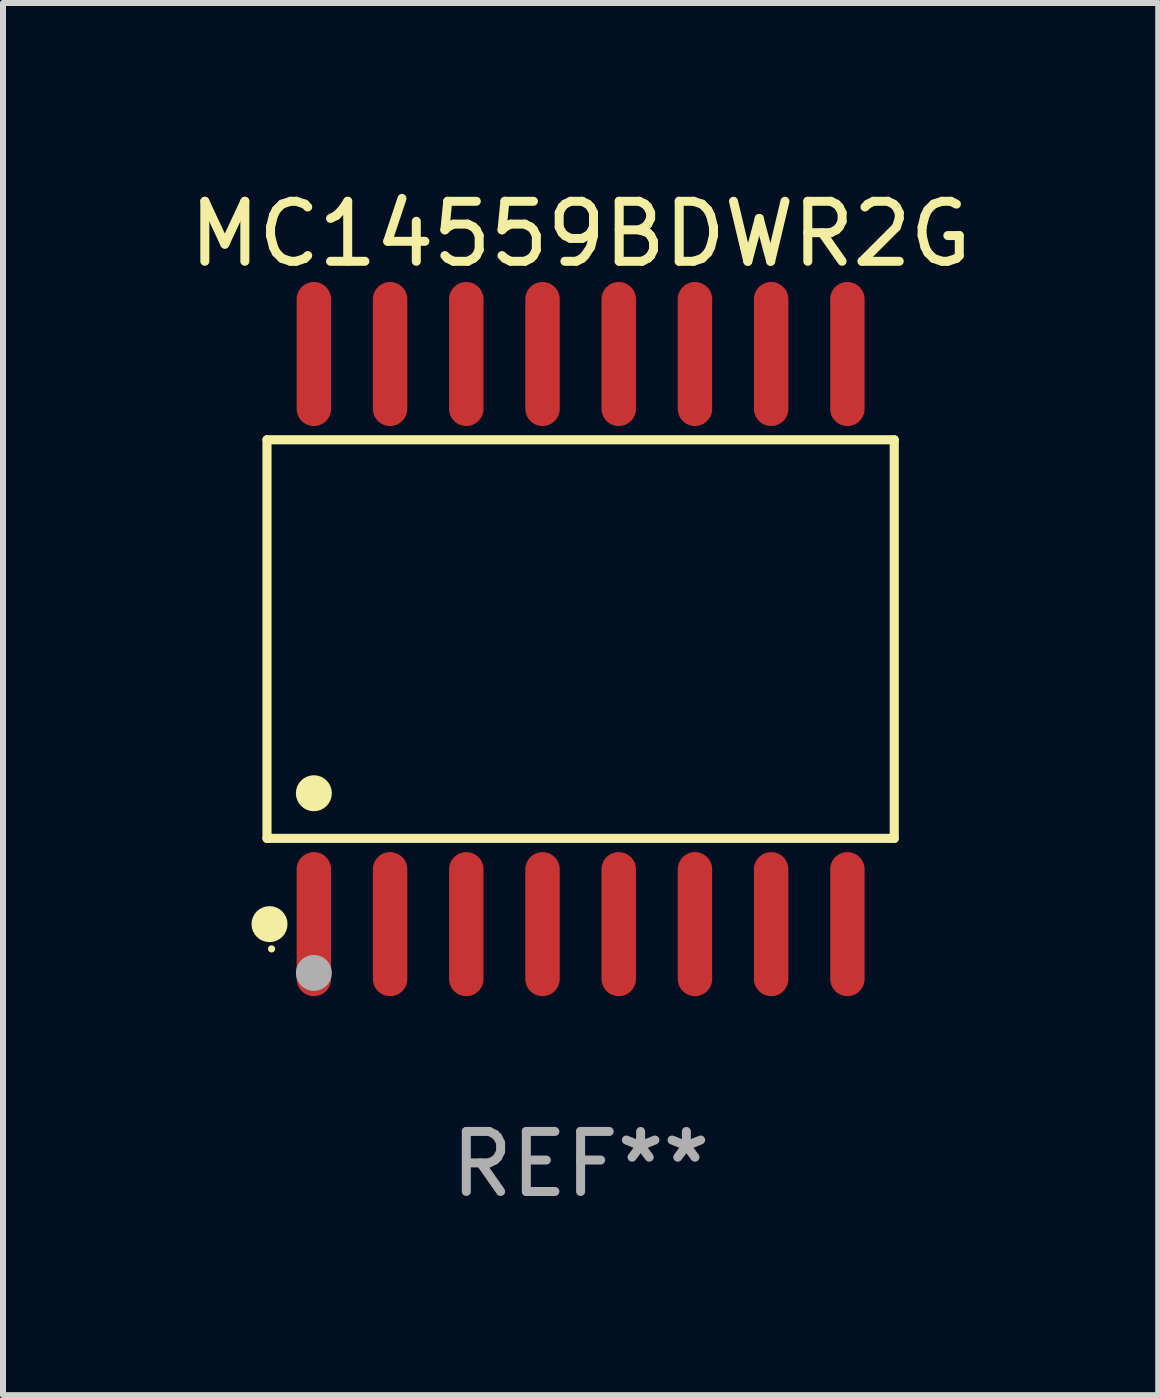
<source format=kicad_pcb>
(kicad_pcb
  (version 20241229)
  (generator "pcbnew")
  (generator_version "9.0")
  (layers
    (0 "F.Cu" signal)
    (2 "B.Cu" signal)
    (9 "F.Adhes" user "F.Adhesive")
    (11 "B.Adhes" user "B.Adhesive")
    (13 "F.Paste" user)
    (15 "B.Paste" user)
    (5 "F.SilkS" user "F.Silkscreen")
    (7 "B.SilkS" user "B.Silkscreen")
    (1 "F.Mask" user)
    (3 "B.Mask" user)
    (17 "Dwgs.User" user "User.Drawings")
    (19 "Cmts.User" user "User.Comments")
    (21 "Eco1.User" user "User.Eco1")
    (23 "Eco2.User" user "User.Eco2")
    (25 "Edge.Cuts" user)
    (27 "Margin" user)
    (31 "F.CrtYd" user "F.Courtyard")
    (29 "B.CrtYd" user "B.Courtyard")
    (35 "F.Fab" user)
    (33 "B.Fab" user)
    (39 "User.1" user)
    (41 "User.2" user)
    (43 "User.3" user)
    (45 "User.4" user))
  (footprint "MC14559BDWR2G"
    (layer "F.Cu")
    (at 6.625 7.599)
    (property "Reference" "MC14559BDWR2G" (at 0 -6.75 0) (layer "F.SilkS") (effects (font (size 1 1) (thickness 0.15))))
    (attr through_hole)
    (fp_line (start -5.226 -3.321) (end 5.226 -3.321) (stroke (width 0.152) (type solid)) (layer "F.SilkS"))
    (fp_line (start -5.226 3.321) (end -5.226 -3.321) (stroke (width 0.152) (type solid)) (layer "F.SilkS"))
    (fp_line (start 5.226 -3.321) (end 5.226 3.321) (stroke (width 0.152) (type solid)) (layer "F.SilkS"))
    (fp_line (start 5.226 3.321) (end -5.226 3.321) (stroke (width 0.152) (type solid)) (layer "F.SilkS"))
    (fp_circle (center -5.184 4.75) (end -5.034 4.75) (stroke (width 0.3) (type solid)) (fill no) (layer "F.SilkS"))
    (fp_circle (center -5.15 5.163) (end -5.12 5.163) (stroke (width 0.06) (type solid)) (fill no) (layer "F.SilkS"))
    (fp_circle (center -4.445 2.569) (end -4.295 2.569) (stroke (width 0.3) (type solid)) (fill no) (layer "F.SilkS"))
    (fp_circle (center -4.445 5.563) (end -4.295 5.563) (stroke (width 0.3) (type solid)) (fill no) (layer "F.Fab"))
    (fp_text user "REF**" (at 0 8.75 0) (layer "F.Fab") (effects (font (size 1 1) (thickness 0.15))))
    (pad "1" smd oval (at -4.445 4.75) (size 0.574 2.401) (layers "F.Cu" "F.Mask" "F.Paste"))
    (pad "2" smd oval (at -3.175 4.75) (size 0.574 2.401) (layers "F.Cu" "F.Mask" "F.Paste"))
    (pad "3" smd oval (at -1.905 4.75) (size 0.574 2.401) (layers "F.Cu" "F.Mask" "F.Paste"))
    (pad "4" smd oval (at -0.635 4.75) (size 0.574 2.401) (layers "F.Cu" "F.Mask" "F.Paste"))
    (pad "5" smd oval (at 0.635 4.75) (size 0.574 2.401) (layers "F.Cu" "F.Mask" "F.Paste"))
    (pad "6" smd oval (at 1.905 4.75) (size 0.574 2.401) (layers "F.Cu" "F.Mask" "F.Paste"))
    (pad "7" smd oval (at 3.175 4.75) (size 0.574 2.401) (layers "F.Cu" "F.Mask" "F.Paste"))
    (pad "8" smd oval (at 4.445 4.75) (size 0.574 2.401) (layers "F.Cu" "F.Mask" "F.Paste"))
    (pad "9" smd oval (at 4.445 -4.75) (size 0.574 2.401) (layers "F.Cu" "F.Mask" "F.Paste"))
    (pad "10" smd oval (at 3.175 -4.75) (size 0.574 2.401) (layers "F.Cu" "F.Mask" "F.Paste"))
    (pad "11" smd oval (at 1.905 -4.75) (size 0.574 2.401) (layers "F.Cu" "F.Mask" "F.Paste"))
    (pad "12" smd oval (at 0.635 -4.75) (size 0.574 2.401) (layers "F.Cu" "F.Mask" "F.Paste"))
    (pad "13" smd oval (at -0.635 -4.75) (size 0.574 2.401) (layers "F.Cu" "F.Mask" "F.Paste"))
    (pad "14" smd oval (at -1.905 -4.75) (size 0.574 2.401) (layers "F.Cu" "F.Mask" "F.Paste"))
    (pad "15" smd oval (at -3.175 -4.75) (size 0.574 2.401) (layers "F.Cu" "F.Mask" "F.Paste"))
    (pad "16" smd oval (at -4.445 -4.75) (size 0.574 2.401) (layers "F.Cu" "F.Mask" "F.Paste")))
  (gr_rect
    (start -3 -3)
    (end 16.25 20.197)
    (stroke (width 0.1) (type default))
    (fill no)
    (layer "Edge.Cuts")))
</source>
